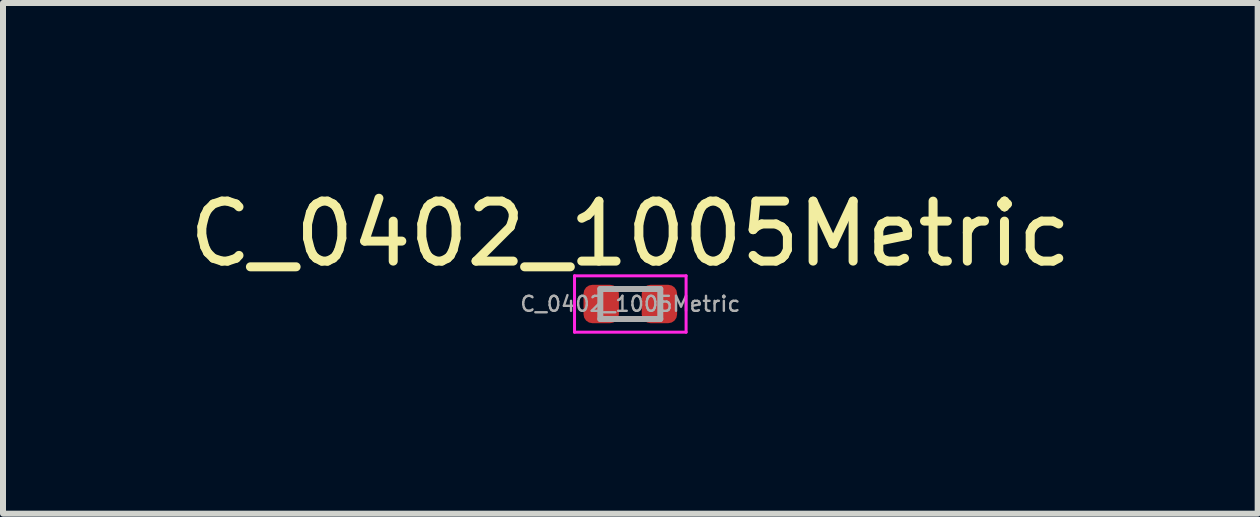
<source format=kicad_pcb>
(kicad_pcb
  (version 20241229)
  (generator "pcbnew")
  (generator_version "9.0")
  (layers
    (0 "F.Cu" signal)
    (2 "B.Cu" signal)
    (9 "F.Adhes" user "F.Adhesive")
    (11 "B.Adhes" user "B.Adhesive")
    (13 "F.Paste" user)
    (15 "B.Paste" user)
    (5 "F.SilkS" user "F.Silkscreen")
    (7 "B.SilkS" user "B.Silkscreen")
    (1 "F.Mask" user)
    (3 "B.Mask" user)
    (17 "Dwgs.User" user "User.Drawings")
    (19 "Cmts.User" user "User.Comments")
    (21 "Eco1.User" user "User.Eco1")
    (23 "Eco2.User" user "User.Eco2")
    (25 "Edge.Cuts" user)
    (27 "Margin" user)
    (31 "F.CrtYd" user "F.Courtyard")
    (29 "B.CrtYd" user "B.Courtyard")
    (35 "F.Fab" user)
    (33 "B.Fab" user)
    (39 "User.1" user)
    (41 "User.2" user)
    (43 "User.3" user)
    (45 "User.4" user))
  (footprint "C_0402_1005Metric"
    (layer "F.Cu")
    (at 7.458 2.018)
    (property "Reference" "C_0402_1005Metric" (at 0 -1.17 0) (layer "F.SilkS") (effects (font (size 1 1) (thickness 0.15))))
    (attr smd)
    (fp_line (start -0.93 -0.47) (end 0.93 -0.47) (stroke (width 0.05) (type solid)) (layer "F.CrtYd"))
    (fp_line (start -0.93 0.47) (end -0.93 -0.47) (stroke (width 0.05) (type solid)) (layer "F.CrtYd"))
    (fp_line (start 0.93 -0.47) (end 0.93 0.47) (stroke (width 0.05) (type solid)) (layer "F.CrtYd"))
    (fp_line (start 0.93 0.47) (end -0.93 0.47) (stroke (width 0.05) (type solid)) (layer "F.CrtYd"))
    (fp_line (start -0.5 -0.25) (end 0.5 -0.25) (stroke (width 0.1) (type solid)) (layer "F.Fab"))
    (fp_line (start -0.5 0.25) (end -0.5 -0.25) (stroke (width 0.1) (type solid)) (layer "F.Fab"))
    (fp_line (start 0.5 -0.25) (end 0.5 0.25) (stroke (width 0.1) (type solid)) (layer "F.Fab"))
    (fp_line (start 0.5 0.25) (end -0.5 0.25) (stroke (width 0.1) (type solid)) (layer "F.Fab"))
    (fp_text user "${REFERENCE}" (at 0 0 0) (layer "F.Fab") (effects (font (size 0.25 0.25) (thickness 0.04))))
    (pad "1" smd roundrect (at -0.485 0) (size 0.59 0.64) (layers "F.Cu" "F.Mask" "F.Paste") (roundrect_rratio 0.25))
    (pad "2" smd roundrect (at 0.485 0) (size 0.59 0.64) (layers "F.Cu" "F.Mask" "F.Paste") (roundrect_rratio 0.25)))
  (gr_rect
    (start -3 -3)
    (end 17.917 5.513)
    (stroke (width 0.1) (type default))
    (fill no)
    (layer "Edge.Cuts")))
</source>
